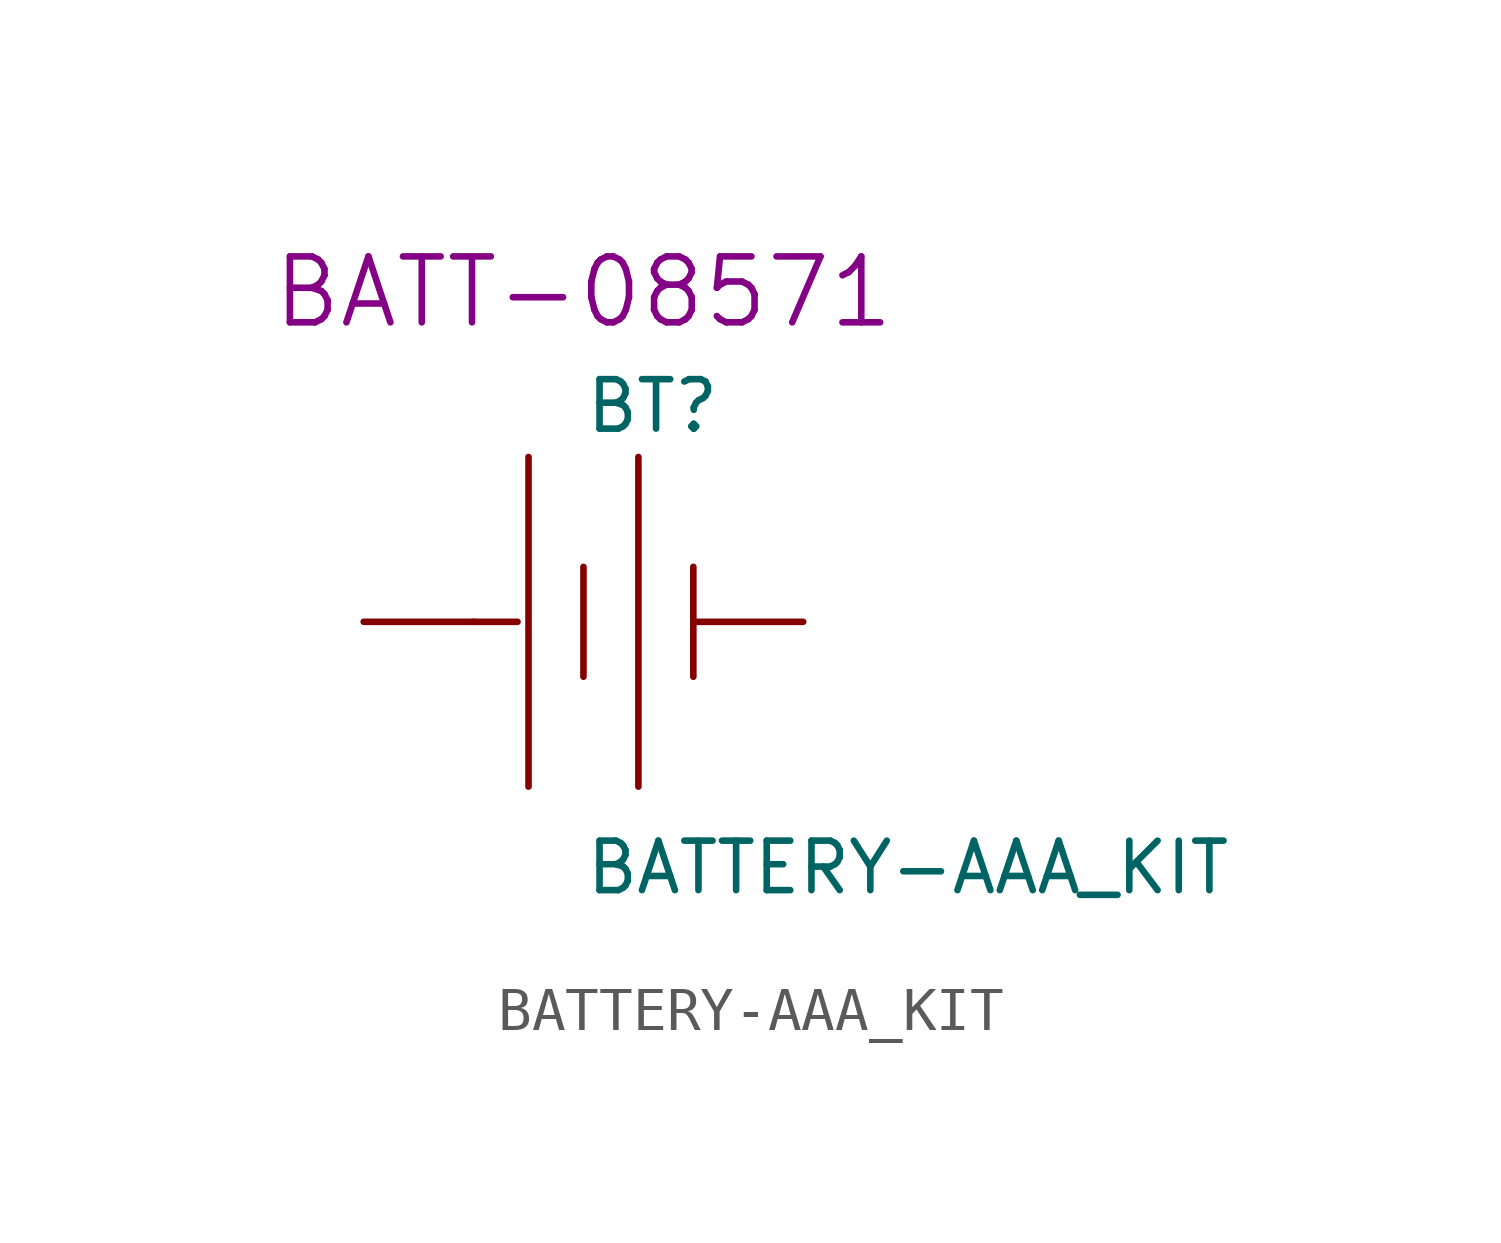
<source format=kicad_sym>
(kicad_symbol_lib
  (version 20211014)
  (generator kicad_symbol_editor)
  (symbol "BATTERY-AAA_KIT"
    (pin_numbers hide)
    (pin_names
      (offset 1.016) hide)
    (property "Reference" "BT"
      (at 0 4.318 0)
      (effects (font (size 1.143 1.143)) (justify left bottom)))
    (property "Value" "BATTERY-AAA_KIT"
      (at 0 -6.35 0)
      (effects (font (size 1.143 1.143)) (justify left bottom)))
    (property "Field4" "BATT-08571"
      (at 0 7.62 0)
      (effects (font (size 1.524 1.524))))
    (property "ki_locked" ""
      (at 0 0 0)
      (effects (font (size 1.27 1.27))))
    (symbol "BATTERY-AAA_KIT_1_0"
      (polyline (pts (xy -2.54 0) (xy -1.524 0)) (stroke (width 0) (type default) (color 0 0 0 0)) (fill (type none)))
      (polyline (pts (xy -1.27 3.81) (xy -1.27 -3.81)) (stroke (width 0) (type default) (color 0 0 0 0)) (fill (type none)))
      (polyline (pts (xy 0 1.27) (xy 0 -1.27)) (stroke (width 0) (type default) (color 0 0 0 0)) (fill (type none)))
      (polyline (pts (xy 1.27 3.81) (xy 1.27 -3.81)) (stroke (width 0) (type default) (color 0 0 0 0)) (fill (type none)))
      (polyline (pts (xy 2.54 1.27) (xy 2.54 -1.27)) (stroke (width 0) (type default) (color 0 0 0 0)) (fill (type none))))
    (symbol "BATTERY-AAA_KIT_1_1"
      (pin power_in line (at 5.08 0 180) (length 2.54) (name "-" (effects (font (size 1.016 1.016)))) (number "GND@" (effects (font (size 1.016 1.016)))))
      (pin power_in line (at -5.08 0 0) (length 2.54) (name "+" (effects (font (size 1.016 1.016)))) (number "PWR@" (effects (font (size 1.016 1.016))))))))
</source>
